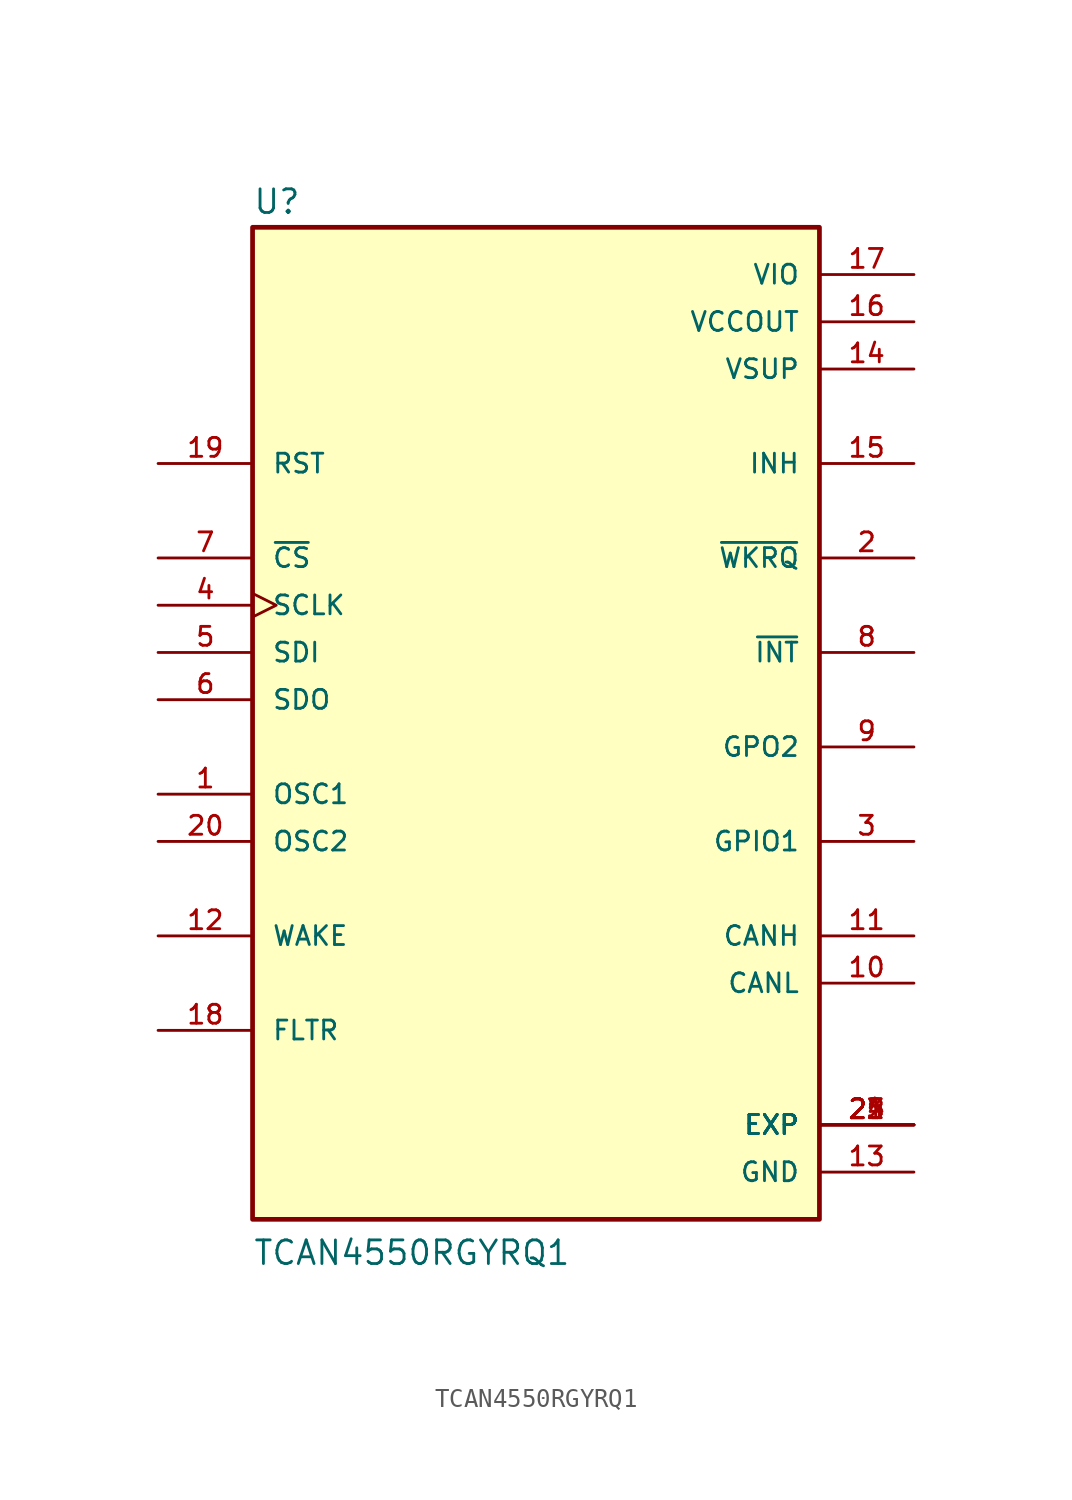
<source format=kicad_sym>
(kicad_symbol_lib
  (version 20220914)
  (generator kicad_symbol_editor)
  (symbol "TCAN4550RGYRQ1"
    (pin_names
      (offset 1.016))
    (property "Reference" "U"
      (at -15.24 26.035 0)
      (effects (font (size 1.27 1.27)) (justify left bottom)))
    (property "Value" "TCAN4550RGYRQ1"
      (at -15.24 -30.48 0)
      (effects (font (size 1.27 1.27)) (justify left bottom)))
    (symbol "TCAN4550RGYRQ1_0_0"
      (rectangle (start -15.24 -27.94) (end 15.24 25.4) (stroke (width 0.254) (type default)) (fill (type background)))
      (pin input line (at -20.32 -5.08 0) (length 5.08) (name "OSC1" (effects (font (size 1.016 1.016)))) (number "1" (effects (font (size 1.016 1.016)))))
      (pin bidirectional line (at 20.32 -15.24 180) (length 5.08) (name "CANL" (effects (font (size 1.016 1.016)))) (number "10" (effects (font (size 1.016 1.016)))))
      (pin bidirectional line (at 20.32 -12.7 180) (length 5.08) (name "CANH" (effects (font (size 1.016 1.016)))) (number "11" (effects (font (size 1.016 1.016)))))
      (pin input line (at -20.32 -12.7 0) (length 5.08) (name "WAKE" (effects (font (size 1.016 1.016)))) (number "12" (effects (font (size 1.016 1.016)))))
      (pin power_in line (at 20.32 -25.4 180) (length 5.08) (name "GND" (effects (font (size 1.016 1.016)))) (number "13" (effects (font (size 1.016 1.016)))))
      (pin power_in line (at 20.32 17.78 180) (length 5.08) (name "VSUP" (effects (font (size 1.016 1.016)))) (number "14" (effects (font (size 1.016 1.016)))))
      (pin output line (at 20.32 12.7 180) (length 5.08) (name "INH" (effects (font (size 1.016 1.016)))) (number "15" (effects (font (size 1.016 1.016)))))
      (pin power_in line (at 20.32 20.32 180) (length 5.08) (name "VCCOUT" (effects (font (size 1.016 1.016)))) (number "16" (effects (font (size 1.016 1.016)))))
      (pin power_in line (at 20.32 22.86 180) (length 5.08) (name "VIO" (effects (font (size 1.016 1.016)))) (number "17" (effects (font (size 1.016 1.016)))))
      (pin passive line (at -20.32 -17.78 0) (length 5.08) (name "FLTR" (effects (font (size 1.016 1.016)))) (number "18" (effects (font (size 1.016 1.016)))))
      (pin input line (at -20.32 12.7 0) (length 5.08) (name "RST" (effects (font (size 1.016 1.016)))) (number "19" (effects (font (size 1.016 1.016)))))
      (pin output line (at 20.32 7.62 180) (length 5.08) (name "~{WKRQ}" (effects (font (size 1.016 1.016)))) (number "2" (effects (font (size 1.016 1.016)))))
      (pin output line (at -20.32 -7.62 0) (length 5.08) (name "OSC2" (effects (font (size 1.016 1.016)))) (number "20" (effects (font (size 1.016 1.016)))))
      (pin power_in line (at 20.32 -22.86 180) (length 5.08) (name "EXP" (effects (font (size 1.016 1.016)))) (number "21" (effects (font (size 1.016 1.016)))))
      (pin power_in line (at 20.32 -22.86 180) (length 5.08) (name "EXP" (effects (font (size 1.016 1.016)))) (number "22" (effects (font (size 1.016 1.016)))))
      (pin power_in line (at 20.32 -22.86 180) (length 5.08) (name "EXP" (effects (font (size 1.016 1.016)))) (number "23" (effects (font (size 1.016 1.016)))))
      (pin power_in line (at 20.32 -22.86 180) (length 5.08) (name "EXP" (effects (font (size 1.016 1.016)))) (number "24" (effects (font (size 1.016 1.016)))))
      (pin power_in line (at 20.32 -22.86 180) (length 5.08) (name "EXP" (effects (font (size 1.016 1.016)))) (number "25" (effects (font (size 1.016 1.016)))))
      (pin bidirectional line (at 20.32 -7.62 180) (length 5.08) (name "GPIO1" (effects (font (size 1.016 1.016)))) (number "3" (effects (font (size 1.016 1.016)))))
      (pin input clock (at -20.32 5.08 0) (length 5.08) (name "SCLK" (effects (font (size 1.016 1.016)))) (number "4" (effects (font (size 1.016 1.016)))))
      (pin input line (at -20.32 2.54 0) (length 5.08) (name "SDI" (effects (font (size 1.016 1.016)))) (number "5" (effects (font (size 1.016 1.016)))))
      (pin output line (at -20.32 0 0) (length 5.08) (name "SDO" (effects (font (size 1.016 1.016)))) (number "6" (effects (font (size 1.016 1.016)))))
      (pin input line (at -20.32 7.62 0) (length 5.08) (name "~{CS}" (effects (font (size 1.016 1.016)))) (number "7" (effects (font (size 1.016 1.016)))))
      (pin output line (at 20.32 2.54 180) (length 5.08) (name "~{INT}" (effects (font (size 1.016 1.016)))) (number "8" (effects (font (size 1.016 1.016)))))
      (pin output line (at 20.32 -2.54 180) (length 5.08) (name "GPO2" (effects (font (size 1.016 1.016)))) (number "9" (effects (font (size 1.016 1.016))))))))
</source>
